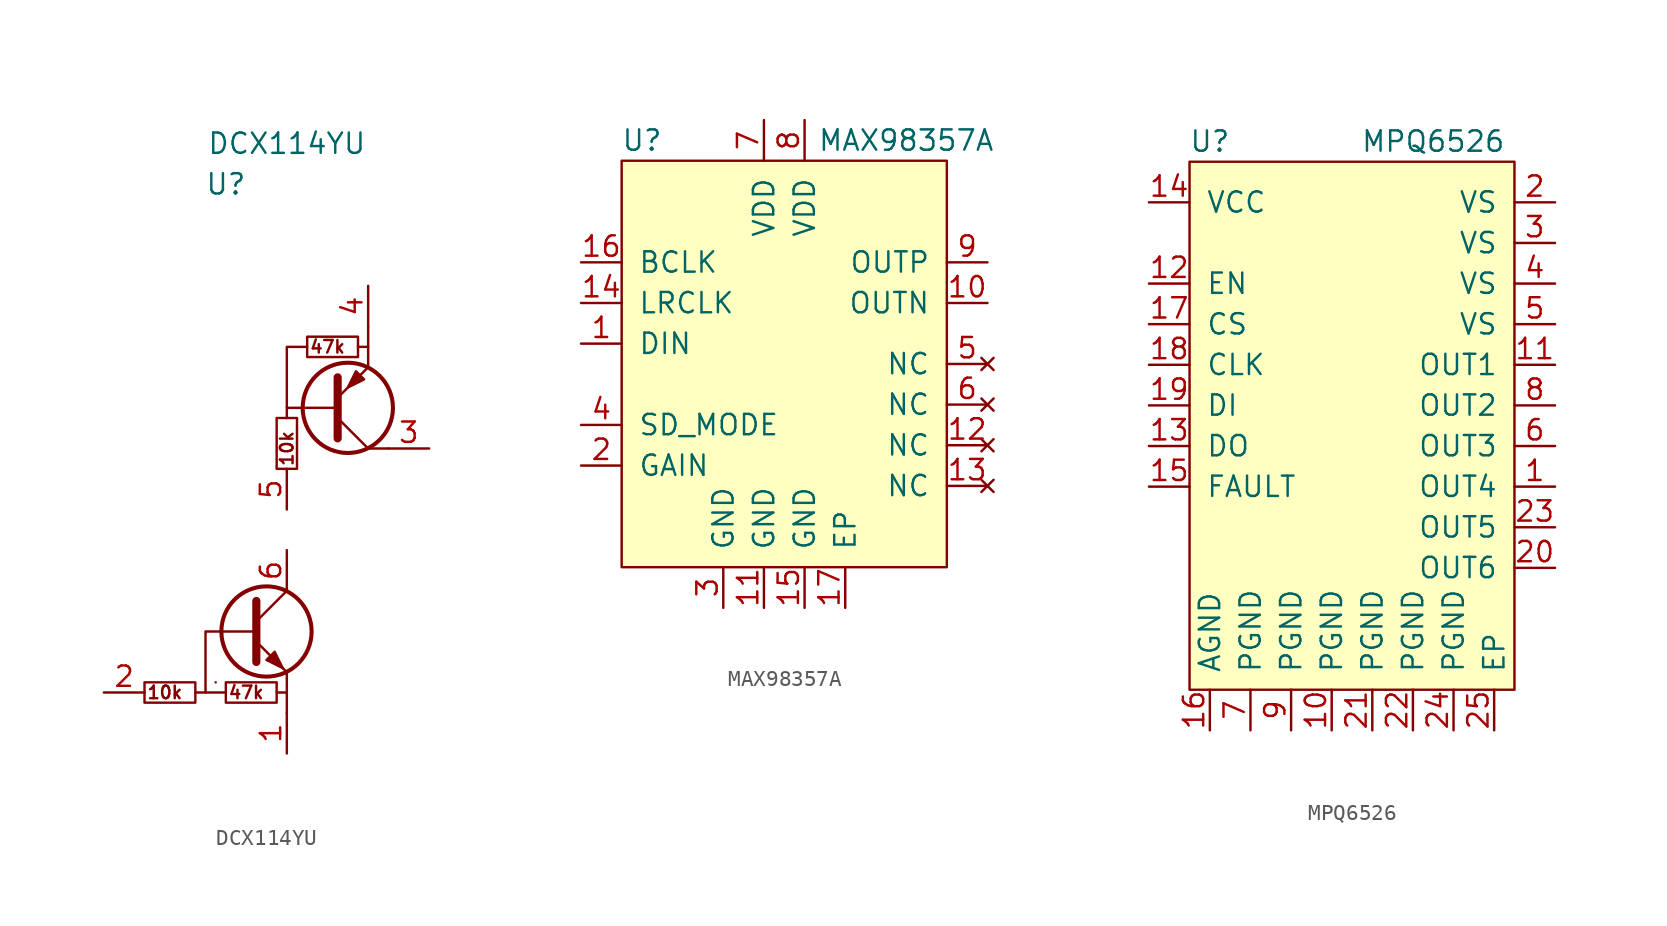
<source format=kicad_sym>
(kicad_symbol_lib
  (version 20211014)
  (generator kicad_symbol_editor)
  (symbol "DCX114YU"
    (pin_names
      (offset 1.016) hide)
    (property "Reference" "U"
      (at -3.81 21.59 0)
      (effects (font (size 1.27 1.27))))
    (property "Value" "DCX114YU"
      (at 0 24.13 0)
      (effects (font (size 1.27 1.27))))
    (symbol "DCX114YU_0_0"
      (polyline (pts (xy 3.175 7.62) (xy 0 7.62)) (stroke (width 0) (type default) (color 0 0 0 0)) (fill (type none)))
      (polyline (pts (xy 4.445 11.43) (xy 5.08 11.43)) (stroke (width 0) (type default) (color 0 0 0 0)) (fill (type none)))
      (polyline (pts (xy 5.08 12.7) (xy 5.08 10.16)) (stroke (width 0) (type default) (color 0 0 0 0)) (fill (type none)))
      (polyline (pts (xy 6.35 5.08) (xy 5.08 5.08)) (stroke (width 0) (type default) (color 0 0 0 0)) (fill (type none)))
      (polyline (pts (xy -5.08 -10.16) (xy -5.08 -6.35) (xy -1.905 -6.35)) (stroke (width 0) (type default) (color 0 0 0 0)) (fill (type none)))
      (polyline (pts (xy 0 6.985) (xy 0 11.43) (xy 1.27 11.43)) (stroke (width 0) (type default) (color 0 0 0 0)) (fill (type none)))
      (rectangle (start 0.635 6.985) (end -0.635 3.81) (stroke (width 0) (type default) (color 0 0 0 0)) (fill (type none)))
      (rectangle (start 4.445 10.795) (end 1.27 12.065) (stroke (width 0) (type default) (color 0 0 0 0)) (fill (type none)))
      (text "10k" (at -7.62 -10.16 0) (effects (font (size 0.787 0.787))))
      (text "10k" (at 0 5.08 900) (effects (font (size 0.787 0.787))))
      (text "47k" (at -2.54 -10.16 0) (effects (font (size 0.787 0.787))))
      (text "47k" (at 2.54 11.43 0) (effects (font (size 0.787 0.787)))))
    (symbol "DCX114YU_0_1"
      (rectangle (start -8.89 -10.795) (end -5.715 -9.525) (stroke (width 0) (type default) (color 0 0 0 0)) (fill (type none)))
      (rectangle (start -4.445 -9.525) (end -4.445 -9.525) (stroke (width 0) (type default) (color 0 0 0 0)) (fill (type none)))
      (circle (center -1.27 -6.35) (radius 2.819) (stroke (width 0.254) (type default) (color 0 0 0 0)) (fill (type none)))
      (rectangle (start -0.635 -10.795) (end -3.81 -9.525) (stroke (width 0) (type default) (color 0 0 0 0)) (fill (type none)))
      (polyline (pts (xy -5.715 -10.16) (xy -3.81 -10.16)) (stroke (width 0) (type default) (color 0 0 0 0)) (fill (type none)))
      (polyline (pts (xy -1.905 -5.715) (xy 0 -3.81)) (stroke (width 0) (type default) (color 0 0 0 0)) (fill (type none)))
      (polyline (pts (xy -0.635 -10.16) (xy 0 -10.16)) (stroke (width 0) (type default) (color 0 0 0 0)) (fill (type none)))
      (polyline (pts (xy 0 -11.43) (xy 0 -8.89)) (stroke (width 0) (type default) (color 0 0 0 0)) (fill (type none)))
      (polyline (pts (xy 3.175 6.985) (xy 5.08 5.08)) (stroke (width 0) (type default) (color 0 0 0 0)) (fill (type none)))
      (polyline (pts (xy -1.905 -6.985) (xy 0 -8.89) (xy 0 -8.89)) (stroke (width 0) (type default) (color 0 0 0 0)) (fill (type none)))
      (polyline (pts (xy -1.905 -4.445) (xy -1.905 -8.255) (xy -1.905 -8.255)) (stroke (width 0.508) (type default) (color 0 0 0 0)) (fill (type none)))
      (polyline (pts (xy 3.175 5.715) (xy 3.175 9.525) (xy 3.175 9.525)) (stroke (width 0.508) (type default) (color 0 0 0 0)) (fill (type none)))
      (polyline (pts (xy 3.175 8.255) (xy 5.08 10.16) (xy 5.08 10.16)) (stroke (width 0) (type default) (color 0 0 0 0)) (fill (type none)))
      (polyline (pts (xy -1.27 -8.128) (xy -0.762 -7.62) (xy -0.254 -8.636) (xy -1.27 -8.128) (xy -1.27 -8.128)) (stroke (width 0) (type default) (color 0 0 0 0)) (fill (type outline)))
      (polyline (pts (xy 4.826 9.398) (xy 4.318 9.906) (xy 3.81 8.89) (xy 4.826 9.398) (xy 4.826 9.398)) (stroke (width 0) (type default) (color 0 0 0 0)) (fill (type outline)))
      (circle (center 3.81 7.62) (radius 2.819) (stroke (width 0.254) (type default) (color 0 0 0 0)) (fill (type none))))
    (symbol "DCX114YU_1_1"
      (pin passive line (at 0 -13.97 90) (length 2.54) (name "E1" (effects (font (size 1.27 1.27)))) (number "1" (effects (font (size 1.27 1.27)))))
      (pin passive line (at -11.43 -10.16 0) (length 2.54) (name "B1" (effects (font (size 1.27 1.27)))) (number "2" (effects (font (size 1.27 1.27)))))
      (pin passive line (at 8.89 5.08 180) (length 2.54) (name "C2" (effects (font (size 1.27 1.27)))) (number "3" (effects (font (size 1.27 1.27)))))
      (pin passive line (at 5.08 15.24 270) (length 2.54) (name "C2" (effects (font (size 1.27 1.27)))) (number "4" (effects (font (size 1.27 1.27)))))
      (pin passive line (at 0 1.27 90) (length 2.54) (name "B2" (effects (font (size 1.27 1.27)))) (number "5" (effects (font (size 1.27 1.27)))))
      (pin passive line (at 0 -1.27 270) (length 2.54) (name "C1" (effects (font (size 1.27 1.27)))) (number "6" (effects (font (size 1.27 1.27)))))))
  (symbol "MAX98357A"
    (pin_names
      (offset 1.016))
    (property "Reference" "U"
      (at -8.89 13.97 0)
      (effects (font (size 1.27 1.27))))
    (property "Value" "MAX98357A"
      (at 7.62 13.97 0)
      (effects (font (size 1.27 1.27))))
    (symbol "MAX98357A_0_1"
      (rectangle (start -10.16 12.7) (end 10.16 -12.7) (stroke (width 0) (type default) (color 0 0 0 0)) (fill (type background))))
    (symbol "MAX98357A_1_1"
      (pin input line (at -12.7 1.27 0) (length 2.54) (name "DIN" (effects (font (size 1.27 1.27)))) (number "1" (effects (font (size 1.27 1.27)))))
      (pin output line (at 12.7 3.81 180) (length 2.54) (name "OUTN" (effects (font (size 1.27 1.27)))) (number "10" (effects (font (size 1.27 1.27)))))
      (pin power_in line (at -1.27 -15.24 90) (length 2.54) (name "GND" (effects (font (size 1.27 1.27)))) (number "11" (effects (font (size 1.27 1.27)))))
      (pin no_connect line (at 12.7 -5.08 180) (length 2.54) (name "NC" (effects (font (size 1.27 1.27)))) (number "12" (effects (font (size 1.27 1.27)))))
      (pin no_connect line (at 12.7 -7.62 180) (length 2.54) (name "NC" (effects (font (size 1.27 1.27)))) (number "13" (effects (font (size 1.27 1.27)))))
      (pin input line (at -12.7 3.81 0) (length 2.54) (name "LRCLK" (effects (font (size 1.27 1.27)))) (number "14" (effects (font (size 1.27 1.27)))))
      (pin power_in line (at 1.27 -15.24 90) (length 2.54) (name "GND" (effects (font (size 1.27 1.27)))) (number "15" (effects (font (size 1.27 1.27)))))
      (pin input line (at -12.7 6.35 0) (length 2.54) (name "BCLK" (effects (font (size 1.27 1.27)))) (number "16" (effects (font (size 1.27 1.27)))))
      (pin free line (at 3.81 -15.24 90) (length 2.54) (name "EP" (effects (font (size 1.27 1.27)))) (number "17" (effects (font (size 1.27 1.27)))))
      (pin input line (at -12.7 -6.35 0) (length 2.54) (name "GAIN" (effects (font (size 1.27 1.27)))) (number "2" (effects (font (size 1.27 1.27)))))
      (pin power_in line (at -3.81 -15.24 90) (length 2.54) (name "GND" (effects (font (size 1.27 1.27)))) (number "3" (effects (font (size 1.27 1.27)))))
      (pin input line (at -12.7 -3.81 0) (length 2.54) (name "SD_MODE" (effects (font (size 1.27 1.27)))) (number "4" (effects (font (size 1.27 1.27)))))
      (pin no_connect line (at 12.7 0 180) (length 2.54) (name "NC" (effects (font (size 1.27 1.27)))) (number "5" (effects (font (size 1.27 1.27)))))
      (pin no_connect line (at 12.7 -2.54 180) (length 2.54) (name "NC" (effects (font (size 1.27 1.27)))) (number "6" (effects (font (size 1.27 1.27)))))
      (pin power_in line (at -1.27 15.24 270) (length 2.54) (name "VDD" (effects (font (size 1.27 1.27)))) (number "7" (effects (font (size 1.27 1.27)))))
      (pin power_in line (at 1.27 15.24 270) (length 2.54) (name "VDD" (effects (font (size 1.27 1.27)))) (number "8" (effects (font (size 1.27 1.27)))))
      (pin output line (at 12.7 6.35 180) (length 2.54) (name "OUTP" (effects (font (size 1.27 1.27)))) (number "9" (effects (font (size 1.27 1.27)))))))
  (symbol "MPQ6526"
    (pin_names
      (offset 1.016))
    (property "Reference" "U"
      (at -8.89 19.05 0)
      (effects (font (size 1.27 1.27))))
    (property "Value" "MPQ6526"
      (at 5.08 19.05 0)
      (effects (font (size 1.27 1.27))))
    (symbol "MPQ6526_0_1"
      (rectangle (start -10.16 17.78) (end 10.16 -15.24) (stroke (width 0) (type default) (color 0 0 0 0)) (fill (type background))))
    (symbol "MPQ6526_1_1"
      (pin output line (at 12.7 -2.54 180) (length 2.54) (name "OUT4" (effects (font (size 1.27 1.27)))) (number "1" (effects (font (size 1.27 1.27)))))
      (pin power_in line (at -1.27 -17.78 90) (length 2.54) (name "PGND" (effects (font (size 1.27 1.27)))) (number "10" (effects (font (size 1.27 1.27)))))
      (pin output line (at 12.7 5.08 180) (length 2.54) (name "OUT1" (effects (font (size 1.27 1.27)))) (number "11" (effects (font (size 1.27 1.27)))))
      (pin input line (at -12.7 10.16 0) (length 2.54) (name "EN" (effects (font (size 1.27 1.27)))) (number "12" (effects (font (size 1.27 1.27)))))
      (pin output line (at -12.7 0 0) (length 2.54) (name "DO" (effects (font (size 1.27 1.27)))) (number "13" (effects (font (size 1.27 1.27)))))
      (pin power_in line (at -12.7 15.24 0) (length 2.54) (name "VCC" (effects (font (size 1.27 1.27)))) (number "14" (effects (font (size 1.27 1.27)))))
      (pin open_collector line (at -12.7 -2.54 0) (length 2.54) (name "FAULT" (effects (font (size 1.27 1.27)))) (number "15" (effects (font (size 1.27 1.27)))))
      (pin power_in line (at -8.89 -17.78 90) (length 2.54) (name "AGND" (effects (font (size 1.27 1.27)))) (number "16" (effects (font (size 1.27 1.27)))))
      (pin input line (at -12.7 7.62 0) (length 2.54) (name "CS" (effects (font (size 1.27 1.27)))) (number "17" (effects (font (size 1.27 1.27)))))
      (pin input line (at -12.7 5.08 0) (length 2.54) (name "CLK" (effects (font (size 1.27 1.27)))) (number "18" (effects (font (size 1.27 1.27)))))
      (pin input line (at -12.7 2.54 0) (length 2.54) (name "DI" (effects (font (size 1.27 1.27)))) (number "19" (effects (font (size 1.27 1.27)))))
      (pin power_in line (at 12.7 15.24 180) (length 2.54) (name "VS" (effects (font (size 1.27 1.27)))) (number "2" (effects (font (size 1.27 1.27)))))
      (pin output line (at 12.7 -7.62 180) (length 2.54) (name "OUT6" (effects (font (size 1.27 1.27)))) (number "20" (effects (font (size 1.27 1.27)))))
      (pin power_in line (at 1.27 -17.78 90) (length 2.54) (name "PGND" (effects (font (size 1.27 1.27)))) (number "21" (effects (font (size 1.27 1.27)))))
      (pin power_in line (at 3.81 -17.78 90) (length 2.54) (name "PGND" (effects (font (size 1.27 1.27)))) (number "22" (effects (font (size 1.27 1.27)))))
      (pin output line (at 12.7 -5.08 180) (length 2.54) (name "OUT5" (effects (font (size 1.27 1.27)))) (number "23" (effects (font (size 1.27 1.27)))))
      (pin power_in line (at 6.35 -17.78 90) (length 2.54) (name "PGND" (effects (font (size 1.27 1.27)))) (number "24" (effects (font (size 1.27 1.27)))))
      (pin free line (at 8.89 -17.78 90) (length 2.54) (name "EP" (effects (font (size 1.27 1.27)))) (number "25" (effects (font (size 1.27 1.27)))))
      (pin power_in line (at 12.7 12.7 180) (length 2.54) (name "VS" (effects (font (size 1.27 1.27)))) (number "3" (effects (font (size 1.27 1.27)))))
      (pin power_in line (at 12.7 10.16 180) (length 2.54) (name "VS" (effects (font (size 1.27 1.27)))) (number "4" (effects (font (size 1.27 1.27)))))
      (pin power_in line (at 12.7 7.62 180) (length 2.54) (name "VS" (effects (font (size 1.27 1.27)))) (number "5" (effects (font (size 1.27 1.27)))))
      (pin output line (at 12.7 0 180) (length 2.54) (name "OUT3" (effects (font (size 1.27 1.27)))) (number "6" (effects (font (size 1.27 1.27)))))
      (pin power_in line (at -6.35 -17.78 90) (length 2.54) (name "PGND" (effects (font (size 1.27 1.27)))) (number "7" (effects (font (size 1.27 1.27)))))
      (pin output line (at 12.7 2.54 180) (length 2.54) (name "OUT2" (effects (font (size 1.27 1.27)))) (number "8" (effects (font (size 1.27 1.27)))))
      (pin power_in line (at -3.81 -17.78 90) (length 2.54) (name "PGND" (effects (font (size 1.27 1.27)))) (number "9" (effects (font (size 1.27 1.27))))))))
</source>
